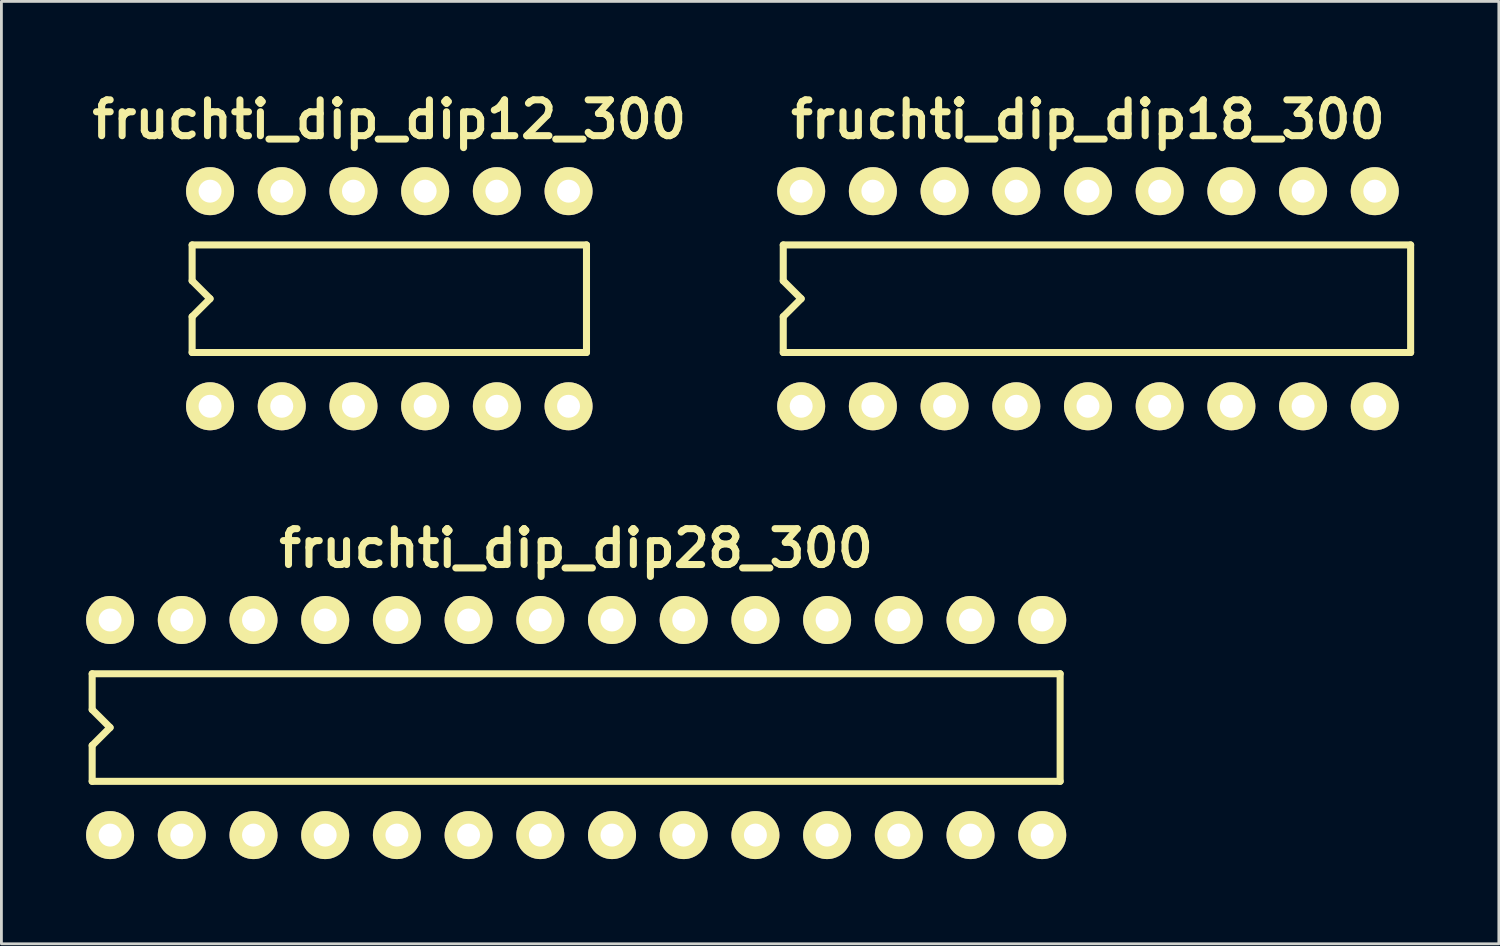
<source format=kicad_pcb>
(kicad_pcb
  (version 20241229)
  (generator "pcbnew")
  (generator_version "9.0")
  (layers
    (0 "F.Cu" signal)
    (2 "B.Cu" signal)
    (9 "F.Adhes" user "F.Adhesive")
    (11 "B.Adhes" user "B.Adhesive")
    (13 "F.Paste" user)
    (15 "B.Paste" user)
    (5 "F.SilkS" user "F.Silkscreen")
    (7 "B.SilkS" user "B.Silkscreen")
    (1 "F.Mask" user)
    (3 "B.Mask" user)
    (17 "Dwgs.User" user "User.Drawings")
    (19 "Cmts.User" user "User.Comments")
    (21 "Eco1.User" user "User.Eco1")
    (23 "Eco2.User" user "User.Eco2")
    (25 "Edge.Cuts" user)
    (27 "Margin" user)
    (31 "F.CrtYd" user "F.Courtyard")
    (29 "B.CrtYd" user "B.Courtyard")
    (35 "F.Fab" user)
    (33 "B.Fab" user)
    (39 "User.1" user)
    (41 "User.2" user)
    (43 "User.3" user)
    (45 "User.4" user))
  (footprint "fruchti_dip_dip18_300"
    (layer "F.Cu")
    (at 35.491 7.532)
    (property "Reference" "fruchti_dip_dip18_300" (at 0 -6.35 0) (layer "F.SilkS") (effects (font (size 1.27 1.27) (thickness 0.25))))
    (attr through_hole)
    (fp_line (start -10.795 -1.905) (end 11.43 -1.905) (stroke (width 0.25) (type solid)) (layer "F.SilkS"))
    (fp_line (start -10.795 -0.635) (end -10.795 -1.905) (stroke (width 0.25) (type solid)) (layer "F.SilkS"))
    (fp_line (start -10.795 -0.635) (end -10.16 0) (stroke (width 0.25) (type solid)) (layer "F.SilkS"))
    (fp_line (start -10.795 1.905) (end -10.795 0.635) (stroke (width 0.25) (type solid)) (layer "F.SilkS"))
    (fp_line (start -10.795 1.905) (end 11.43 1.905) (stroke (width 0.25) (type solid)) (layer "F.SilkS"))
    (fp_line (start -10.16 0) (end -10.795 0.635) (stroke (width 0.25) (type solid)) (layer "F.SilkS"))
    (fp_line (start 11.43 1.905) (end 11.43 -1.905) (stroke (width 0.25) (type solid)) (layer "F.SilkS"))
    (pad "1" thru_hole circle (at -10.16 3.81) (size 1.7 1.7) (drill 0.813) (layers "*.Cu" "*.Mask" "F.SilkS"))
    (pad "2" thru_hole circle (at -7.62 3.81) (size 1.7 1.7) (drill 0.813) (layers "*.Cu" "*.Mask" "F.SilkS"))
    (pad "3" thru_hole circle (at -5.08 3.81) (size 1.7 1.7) (drill 0.813) (layers "*.Cu" "*.Mask" "F.SilkS"))
    (pad "4" thru_hole circle (at -2.54 3.81) (size 1.7 1.7) (drill 0.813) (layers "*.Cu" "*.Mask" "F.SilkS"))
    (pad "5" thru_hole circle (at 0 3.81) (size 1.7 1.7) (drill 0.813) (layers "*.Cu" "*.Mask" "F.SilkS"))
    (pad "6" thru_hole circle (at 2.54 3.81) (size 1.7 1.7) (drill 0.813) (layers "*.Cu" "*.Mask" "F.SilkS"))
    (pad "7" thru_hole circle (at 5.08 3.81) (size 1.7 1.7) (drill 0.813) (layers "*.Cu" "*.Mask" "F.SilkS"))
    (pad "8" thru_hole circle (at 7.62 3.81) (size 1.7 1.7) (drill 0.813) (layers "*.Cu" "*.Mask" "F.SilkS"))
    (pad "9" thru_hole circle (at 10.16 3.81) (size 1.7 1.7) (drill 0.813) (layers "*.Cu" "*.Mask" "F.SilkS"))
    (pad "10" thru_hole circle (at 10.16 -3.81) (size 1.7 1.7) (drill 0.813) (layers "*.Cu" "*.Mask" "F.SilkS"))
    (pad "11" thru_hole circle (at 7.62 -3.81) (size 1.7 1.7) (drill 0.813) (layers "*.Cu" "*.Mask" "F.SilkS"))
    (pad "12" thru_hole circle (at 5.08 -3.81) (size 1.7 1.7) (drill 0.813) (layers "*.Cu" "*.Mask" "F.SilkS"))
    (pad "13" thru_hole circle (at 2.54 -3.81) (size 1.7 1.7) (drill 0.813) (layers "*.Cu" "*.Mask" "F.SilkS"))
    (pad "14" thru_hole circle (at 0 -3.81) (size 1.7 1.7) (drill 0.813) (layers "*.Cu" "*.Mask" "F.SilkS"))
    (pad "15" thru_hole circle (at -2.54 -3.81) (size 1.7 1.7) (drill 0.813) (layers "*.Cu" "*.Mask" "F.SilkS"))
    (pad "16" thru_hole circle (at -5.08 -3.81) (size 1.7 1.7) (drill 0.813) (layers "*.Cu" "*.Mask" "F.SilkS"))
    (pad "17" thru_hole circle (at -7.62 -3.81) (size 1.7 1.7) (drill 0.813) (layers "*.Cu" "*.Mask" "F.SilkS"))
    (pad "18" thru_hole circle (at -10.16 -3.81) (size 1.7 1.7) (drill 0.813) (layers "*.Cu" "*.Mask" "F.SilkS")))
  (footprint "fruchti_dip_dip28_300"
    (layer "F.Cu")
    (at 17.36 22.723)
    (property "Reference" "fruchti_dip_dip28_300" (at 0 -6.35 0) (layer "F.SilkS") (effects (font (size 1.27 1.27) (thickness 0.25))))
    (attr through_hole)
    (fp_line (start -17.145 -1.905) (end 17.145 -1.905) (stroke (width 0.25) (type solid)) (layer "F.SilkS"))
    (fp_line (start -17.145 -0.635) (end -17.145 -1.905) (stroke (width 0.25) (type solid)) (layer "F.SilkS"))
    (fp_line (start -17.145 -0.635) (end -16.51 0) (stroke (width 0.25) (type solid)) (layer "F.SilkS"))
    (fp_line (start -17.145 1.905) (end -17.145 0.635) (stroke (width 0.25) (type solid)) (layer "F.SilkS"))
    (fp_line (start -16.51 0) (end -17.145 0.635) (stroke (width 0.25) (type solid)) (layer "F.SilkS"))
    (fp_line (start 17.145 1.905) (end -17.145 1.905) (stroke (width 0.25) (type solid)) (layer "F.SilkS"))
    (fp_line (start 17.145 1.905) (end 17.145 -1.905) (stroke (width 0.25) (type solid)) (layer "F.SilkS"))
    (pad "1" thru_hole circle (at -16.51 3.81) (size 1.7 1.7) (drill 0.813) (layers "*.Cu" "*.Mask" "F.SilkS"))
    (pad "2" thru_hole circle (at -13.97 3.81) (size 1.7 1.7) (drill 0.813) (layers "*.Cu" "*.Mask" "F.SilkS"))
    (pad "3" thru_hole circle (at -11.43 3.81) (size 1.7 1.7) (drill 0.813) (layers "*.Cu" "*.Mask" "F.SilkS"))
    (pad "4" thru_hole circle (at -8.89 3.81) (size 1.7 1.7) (drill 0.813) (layers "*.Cu" "*.Mask" "F.SilkS"))
    (pad "5" thru_hole circle (at -6.35 3.81) (size 1.7 1.7) (drill 0.813) (layers "*.Cu" "*.Mask" "F.SilkS"))
    (pad "6" thru_hole circle (at -3.81 3.81) (size 1.7 1.7) (drill 0.813) (layers "*.Cu" "*.Mask" "F.SilkS"))
    (pad "7" thru_hole circle (at -1.27 3.81) (size 1.7 1.7) (drill 0.813) (layers "*.Cu" "*.Mask" "F.SilkS"))
    (pad "8" thru_hole circle (at 1.27 3.81) (size 1.7 1.7) (drill 0.813) (layers "*.Cu" "*.Mask" "F.SilkS"))
    (pad "9" thru_hole circle (at 3.81 3.81) (size 1.7 1.7) (drill 0.813) (layers "*.Cu" "*.Mask" "F.SilkS"))
    (pad "10" thru_hole circle (at 6.35 3.81) (size 1.7 1.7) (drill 0.813) (layers "*.Cu" "*.Mask" "F.SilkS"))
    (pad "11" thru_hole circle (at 8.89 3.81) (size 1.7 1.7) (drill 0.813) (layers "*.Cu" "*.Mask" "F.SilkS"))
    (pad "12" thru_hole circle (at 11.43 3.81) (size 1.7 1.7) (drill 0.813) (layers "*.Cu" "*.Mask" "F.SilkS"))
    (pad "13" thru_hole circle (at 13.97 3.81) (size 1.7 1.7) (drill 0.813) (layers "*.Cu" "*.Mask" "F.SilkS"))
    (pad "14" thru_hole circle (at 16.51 3.81) (size 1.7 1.7) (drill 0.813) (layers "*.Cu" "*.Mask" "F.SilkS"))
    (pad "15" thru_hole circle (at 16.51 -3.81) (size 1.7 1.7) (drill 0.813) (layers "*.Cu" "*.Mask" "F.SilkS"))
    (pad "16" thru_hole circle (at 13.97 -3.81) (size 1.7 1.7) (drill 0.813) (layers "*.Cu" "*.Mask" "F.SilkS"))
    (pad "17" thru_hole circle (at 11.43 -3.81) (size 1.7 1.7) (drill 0.813) (layers "*.Cu" "*.Mask" "F.SilkS"))
    (pad "18" thru_hole circle (at 8.89 -3.81) (size 1.7 1.7) (drill 0.813) (layers "*.Cu" "*.Mask" "F.SilkS"))
    (pad "19" thru_hole circle (at 6.35 -3.81) (size 1.7 1.7) (drill 0.813) (layers "*.Cu" "*.Mask" "F.SilkS"))
    (pad "20" thru_hole circle (at 3.81 -3.81) (size 1.7 1.7) (drill 0.813) (layers "*.Cu" "*.Mask" "F.SilkS"))
    (pad "21" thru_hole circle (at 1.27 -3.81) (size 1.7 1.7) (drill 0.813) (layers "*.Cu" "*.Mask" "F.SilkS"))
    (pad "22" thru_hole circle (at -1.27 -3.81) (size 1.7 1.7) (drill 0.813) (layers "*.Cu" "*.Mask" "F.SilkS"))
    (pad "23" thru_hole circle (at -3.81 -3.81) (size 1.7 1.7) (drill 0.813) (layers "*.Cu" "*.Mask" "F.SilkS"))
    (pad "24" thru_hole circle (at -6.35 -3.81) (size 1.7 1.7) (drill 0.813) (layers "*.Cu" "*.Mask" "F.SilkS"))
    (pad "25" thru_hole circle (at -8.89 -3.81) (size 1.7 1.7) (drill 0.813) (layers "*.Cu" "*.Mask" "F.SilkS"))
    (pad "26" thru_hole circle (at -11.43 -3.81) (size 1.7 1.7) (drill 0.813) (layers "*.Cu" "*.Mask" "F.SilkS"))
    (pad "27" thru_hole circle (at -13.97 -3.81) (size 1.7 1.7) (drill 0.813) (layers "*.Cu" "*.Mask" "F.SilkS"))
    (pad "28" thru_hole circle (at -16.51 -3.81) (size 1.7 1.7) (drill 0.813) (layers "*.Cu" "*.Mask" "F.SilkS")))
  (footprint "fruchti_dip_dip12_300"
    (layer "F.Cu")
    (at 10.741 7.532)
    (property "Reference" "fruchti_dip_dip12_300" (at 0 -6.35 0) (layer "F.SilkS") (effects (font (size 1.27 1.27) (thickness 0.25))))
    (attr through_hole)
    (fp_line (start -6.985 -1.905) (end 6.985 -1.905) (stroke (width 0.25) (type solid)) (layer "F.SilkS"))
    (fp_line (start -6.985 -0.635) (end -6.985 -1.905) (stroke (width 0.25) (type solid)) (layer "F.SilkS"))
    (fp_line (start -6.985 -0.635) (end -6.35 0) (stroke (width 0.25) (type solid)) (layer "F.SilkS"))
    (fp_line (start -6.985 1.905) (end -6.985 0.635) (stroke (width 0.25) (type solid)) (layer "F.SilkS"))
    (fp_line (start -6.985 1.905) (end 6.985 1.905) (stroke (width 0.25) (type solid)) (layer "F.SilkS"))
    (fp_line (start -6.35 0) (end -6.985 0.635) (stroke (width 0.25) (type solid)) (layer "F.SilkS"))
    (fp_line (start 6.985 1.905) (end 6.985 -1.905) (stroke (width 0.25) (type solid)) (layer "F.SilkS"))
    (pad "1" thru_hole circle (at -6.35 3.81) (size 1.7 1.7) (drill 0.813) (layers "*.Cu" "*.Mask" "F.SilkS"))
    (pad "2" thru_hole circle (at -3.81 3.81) (size 1.7 1.7) (drill 0.813) (layers "*.Cu" "*.Mask" "F.SilkS"))
    (pad "3" thru_hole circle (at -1.27 3.81) (size 1.7 1.7) (drill 0.813) (layers "*.Cu" "*.Mask" "F.SilkS"))
    (pad "4" thru_hole circle (at 1.27 3.81) (size 1.7 1.7) (drill 0.813) (layers "*.Cu" "*.Mask" "F.SilkS"))
    (pad "5" thru_hole circle (at 3.81 3.81) (size 1.7 1.7) (drill 0.813) (layers "*.Cu" "*.Mask" "F.SilkS"))
    (pad "6" thru_hole circle (at 6.35 3.81) (size 1.7 1.7) (drill 0.813) (layers "*.Cu" "*.Mask" "F.SilkS"))
    (pad "7" thru_hole circle (at 6.35 -3.81) (size 1.7 1.7) (drill 0.813) (layers "*.Cu" "*.Mask" "F.SilkS"))
    (pad "8" thru_hole circle (at 3.81 -3.81) (size 1.7 1.7) (drill 0.813) (layers "*.Cu" "*.Mask" "F.SilkS"))
    (pad "9" thru_hole circle (at 1.27 -3.81) (size 1.7 1.7) (drill 0.813) (layers "*.Cu" "*.Mask" "F.SilkS"))
    (pad "10" thru_hole circle (at -1.27 -3.81) (size 1.7 1.7) (drill 0.813) (layers "*.Cu" "*.Mask" "F.SilkS"))
    (pad "11" thru_hole circle (at -3.81 -3.81) (size 1.7 1.7) (drill 0.813) (layers "*.Cu" "*.Mask" "F.SilkS"))
    (pad "12" thru_hole circle (at -6.35 -3.81) (size 1.7 1.7) (drill 0.813) (layers "*.Cu" "*.Mask" "F.SilkS")))
  (gr_rect
    (start -3 -3)
    (end 50.046 30.383)
    (stroke (width 0.1) (type default))
    (fill no)
    (layer "Edge.Cuts")))
</source>
